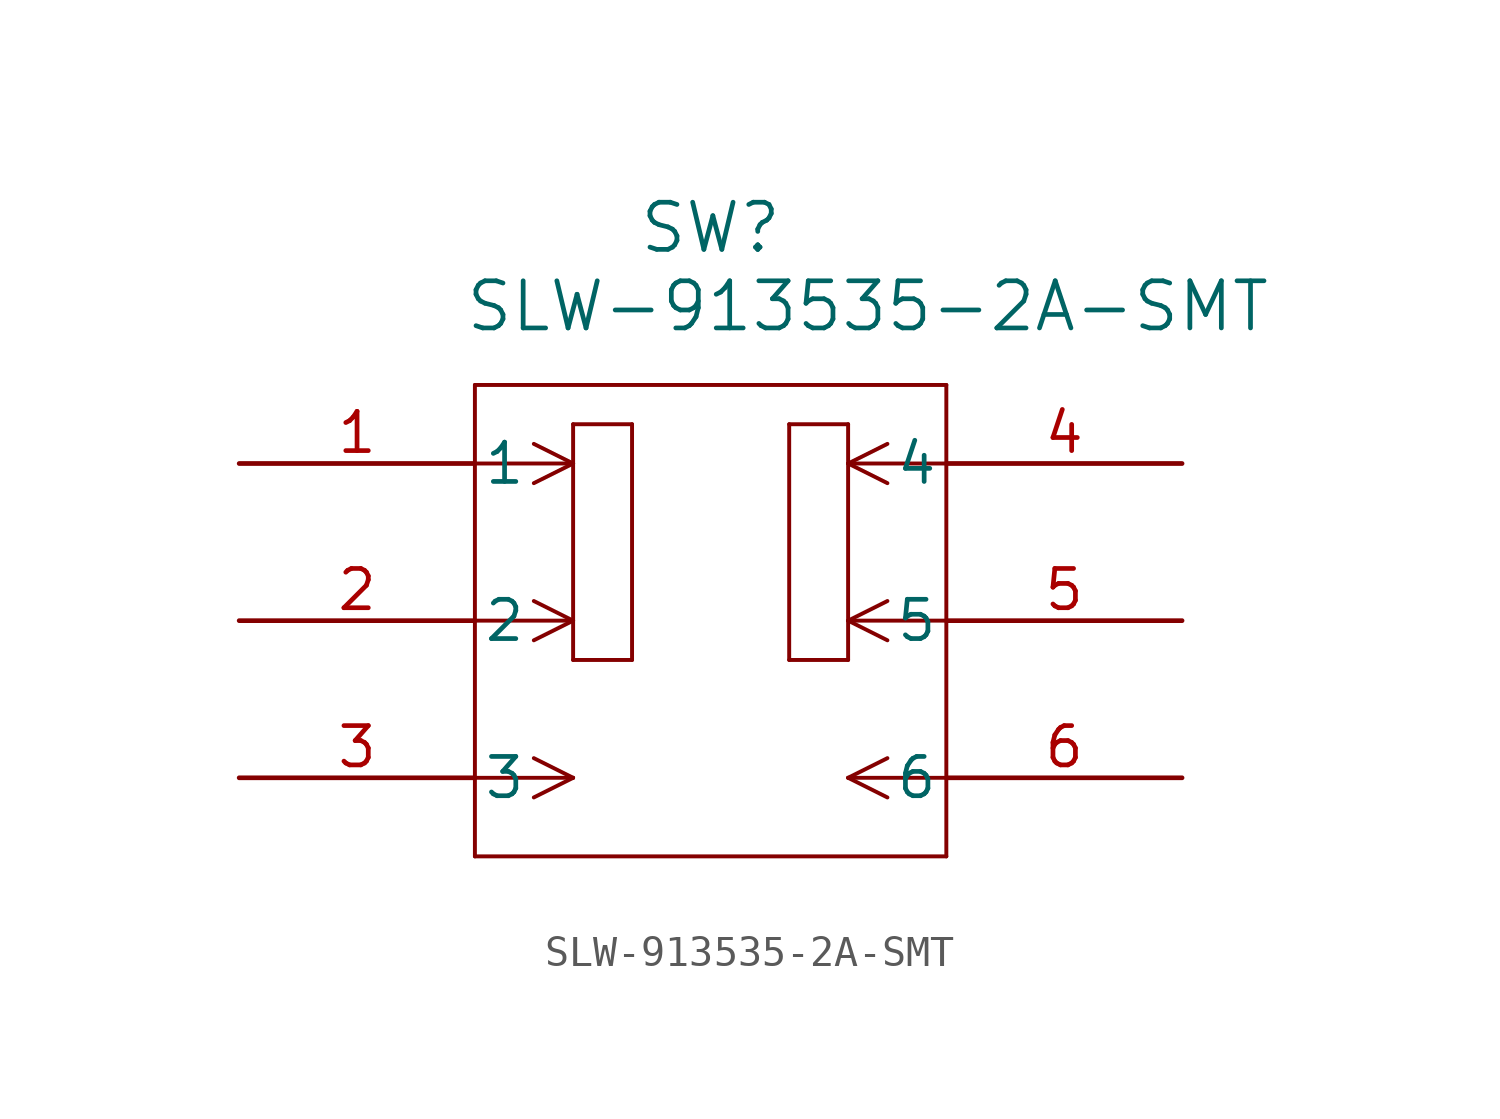
<source format=kicad_sym>
(kicad_symbol_lib
  (version 20211014)
  (generator kicad_symbol_editor)
  (symbol "SLW-913535-2A-SMT"
    (pin_names
      (offset 0.254))
    (property "Reference" "SW"
      (at 15.24 7.62 0)
      (effects (font (size 1.524 1.524))))
    (property "Value" "SLW-913535-2A-SMT"
      (at 20.32 5.08 0)
      (effects (font (size 1.524 1.524))))
    (symbol "SLW-913535-2A-SMT_0_1"
      (polyline (pts (xy 7.62 2.54) (xy 7.62 -12.7)) (stroke (width 0.127) (type default) (color 0 0 0 0)) (fill (type none)))
      (polyline (pts (xy 7.62 -12.7) (xy 22.86 -12.7)) (stroke (width 0.127) (type default) (color 0 0 0 0)) (fill (type none)))
      (polyline (pts (xy 22.86 -12.7) (xy 22.86 2.54)) (stroke (width 0.127) (type default) (color 0 0 0 0)) (fill (type none)))
      (polyline (pts (xy 22.86 2.54) (xy 7.62 2.54)) (stroke (width 0.127) (type default) (color 0 0 0 0)) (fill (type none)))
      (polyline (pts (xy 7.62 0) (xy 10.795 0)) (stroke (width 0.127) (type default) (color 0 0 0 0)) (fill (type none)))
      (polyline (pts (xy 10.795 0) (xy 9.525 0.635)) (stroke (width 0.127) (type default) (color 0 0 0 0)) (fill (type none)))
      (polyline (pts (xy 9.525 -0.635) (xy 10.795 0)) (stroke (width 0.127) (type default) (color 0 0 0 0)) (fill (type none)))
      (polyline (pts (xy 7.62 -5.08) (xy 10.795 -5.08)) (stroke (width 0.127) (type default) (color 0 0 0 0)) (fill (type none)))
      (polyline (pts (xy 10.795 -5.08) (xy 9.525 -4.445)) (stroke (width 0.127) (type default) (color 0 0 0 0)) (fill (type none)))
      (polyline (pts (xy 9.525 -5.715) (xy 10.795 -5.08)) (stroke (width 0.127) (type default) (color 0 0 0 0)) (fill (type none)))
      (polyline (pts (xy 7.62 -10.16) (xy 10.795 -10.16)) (stroke (width 0.127) (type default) (color 0 0 0 0)) (fill (type none)))
      (polyline (pts (xy 10.795 -10.16) (xy 9.525 -9.525)) (stroke (width 0.127) (type default) (color 0 0 0 0)) (fill (type none)))
      (polyline (pts (xy 9.525 -10.795) (xy 10.795 -10.16)) (stroke (width 0.127) (type default) (color 0 0 0 0)) (fill (type none)))
      (polyline (pts (xy 22.86 0) (xy 19.685 0)) (stroke (width 0.127) (type default) (color 0 0 0 0)) (fill (type none)))
      (polyline (pts (xy 19.685 0) (xy 20.955 0.635)) (stroke (width 0.127) (type default) (color 0 0 0 0)) (fill (type none)))
      (polyline (pts (xy 20.955 -0.635) (xy 19.685 0)) (stroke (width 0.127) (type default) (color 0 0 0 0)) (fill (type none)))
      (polyline (pts (xy 22.86 -5.08) (xy 19.685 -5.08)) (stroke (width 0.127) (type default) (color 0 0 0 0)) (fill (type none)))
      (polyline (pts (xy 19.685 -5.08) (xy 20.955 -4.445)) (stroke (width 0.127) (type default) (color 0 0 0 0)) (fill (type none)))
      (polyline (pts (xy 20.955 -5.715) (xy 19.685 -5.08)) (stroke (width 0.127) (type default) (color 0 0 0 0)) (fill (type none)))
      (polyline (pts (xy 22.86 -10.16) (xy 19.685 -10.16)) (stroke (width 0.127) (type default) (color 0 0 0 0)) (fill (type none)))
      (polyline (pts (xy 19.685 -10.16) (xy 20.955 -9.525)) (stroke (width 0.127) (type default) (color 0 0 0 0)) (fill (type none)))
      (polyline (pts (xy 20.955 -10.795) (xy 19.685 -10.16)) (stroke (width 0.127) (type default) (color 0 0 0 0)) (fill (type none)))
      (polyline (pts (xy 10.795 1.27) (xy 10.795 -6.35)) (stroke (width 0.127) (type default) (color 0 0 0 0)) (fill (type none)))
      (polyline (pts (xy 10.795 -6.35) (xy 12.7 -6.35)) (stroke (width 0.127) (type default) (color 0 0 0 0)) (fill (type none)))
      (polyline (pts (xy 12.7 -6.35) (xy 12.7 1.27)) (stroke (width 0.127) (type default) (color 0 0 0 0)) (fill (type none)))
      (polyline (pts (xy 10.795 1.27) (xy 12.7 1.27)) (stroke (width 0.127) (type default) (color 0 0 0 0)) (fill (type none)))
      (polyline (pts (xy 17.78 1.27) (xy 17.78 -6.35)) (stroke (width 0.127) (type default) (color 0 0 0 0)) (fill (type none)))
      (polyline (pts (xy 17.78 -6.35) (xy 19.685 -6.35)) (stroke (width 0.127) (type default) (color 0 0 0 0)) (fill (type none)))
      (polyline (pts (xy 19.685 -6.35) (xy 19.685 1.27)) (stroke (width 0.127) (type default) (color 0 0 0 0)) (fill (type none)))
      (polyline (pts (xy 17.78 1.27) (xy 19.685 1.27)) (stroke (width 0.127) (type default) (color 0 0 0 0)) (fill (type none)))
      (pin unspecified line (at 0 0 0) (length 7.62) (name "1" (effects (font (size 1.27 1.27)))) (number "1" (effects (font (size 1.27 1.27)))))
      (pin unspecified line (at 0 -5.08 0) (length 7.62) (name "2" (effects (font (size 1.27 1.27)))) (number "2" (effects (font (size 1.27 1.27)))))
      (pin unspecified line (at 0 -10.16 0) (length 7.62) (name "3" (effects (font (size 1.27 1.27)))) (number "3" (effects (font (size 1.27 1.27)))))
      (pin unspecified line (at 30.48 0 180) (length 7.62) (name "4" (effects (font (size 1.27 1.27)))) (number "4" (effects (font (size 1.27 1.27)))))
      (pin unspecified line (at 30.48 -5.08 180) (length 7.62) (name "5" (effects (font (size 1.27 1.27)))) (number "5" (effects (font (size 1.27 1.27)))))
      (pin unspecified line (at 30.48 -10.16 180) (length 7.62) (name "6" (effects (font (size 1.27 1.27)))) (number "6" (effects (font (size 1.27 1.27))))))))
</source>
